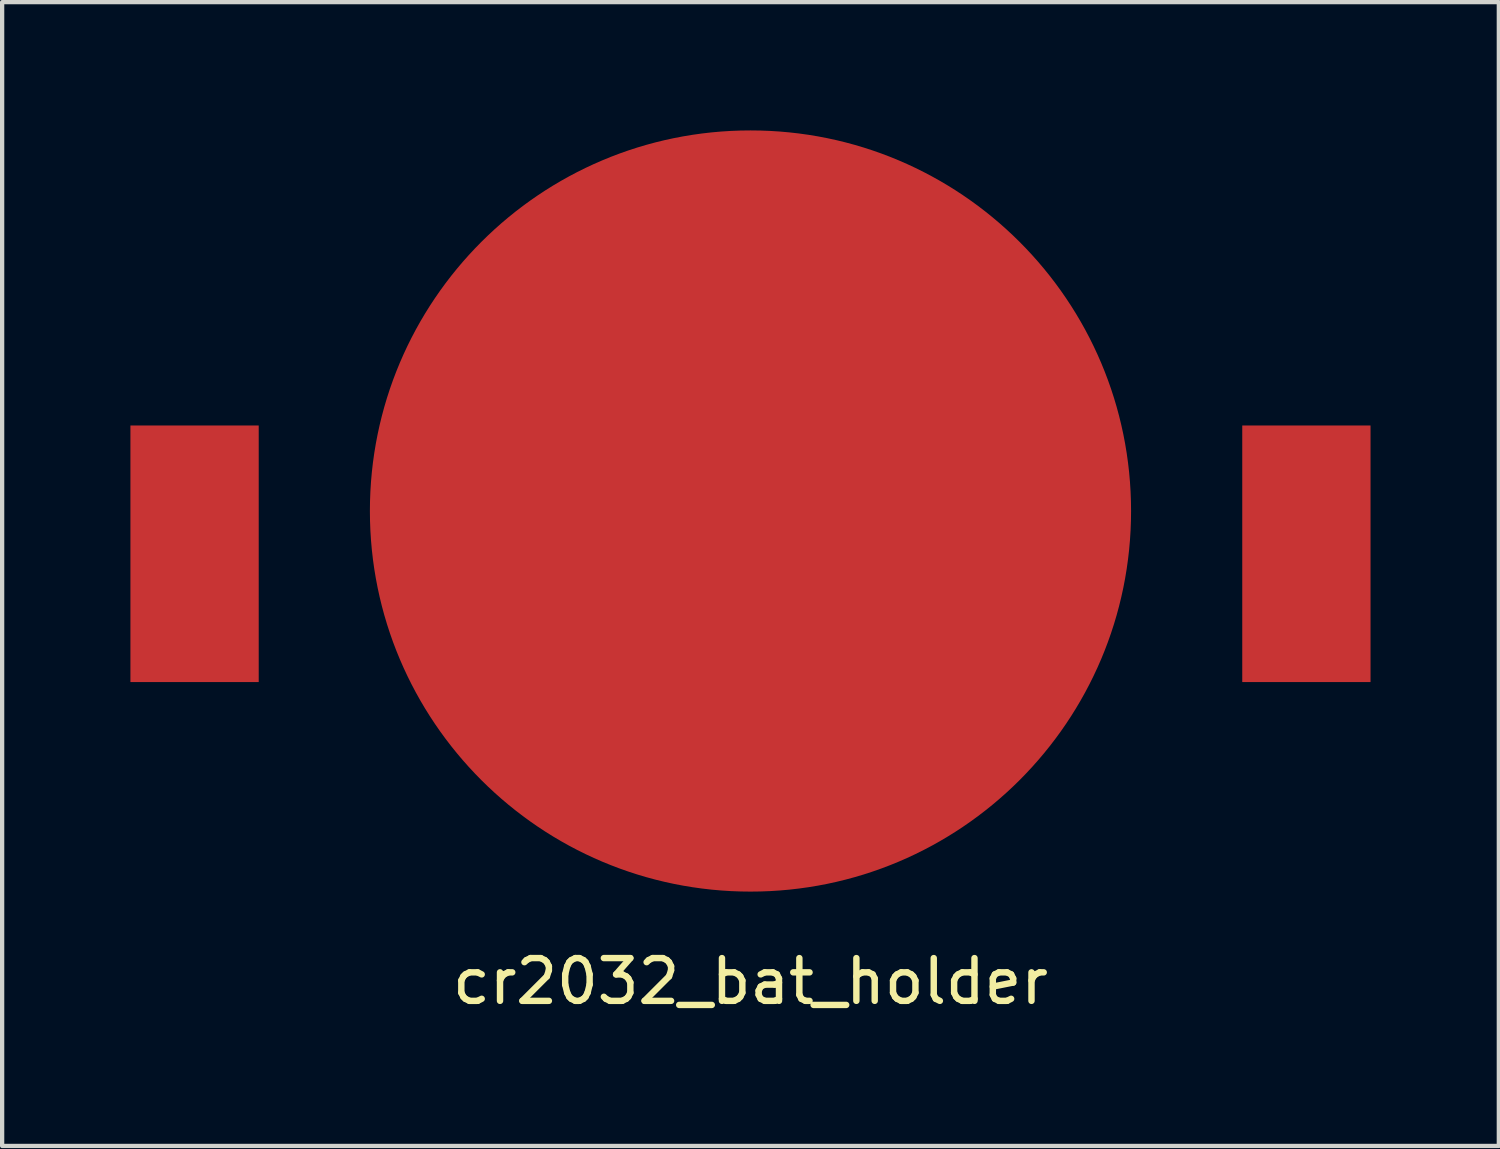
<source format=kicad_pcb>
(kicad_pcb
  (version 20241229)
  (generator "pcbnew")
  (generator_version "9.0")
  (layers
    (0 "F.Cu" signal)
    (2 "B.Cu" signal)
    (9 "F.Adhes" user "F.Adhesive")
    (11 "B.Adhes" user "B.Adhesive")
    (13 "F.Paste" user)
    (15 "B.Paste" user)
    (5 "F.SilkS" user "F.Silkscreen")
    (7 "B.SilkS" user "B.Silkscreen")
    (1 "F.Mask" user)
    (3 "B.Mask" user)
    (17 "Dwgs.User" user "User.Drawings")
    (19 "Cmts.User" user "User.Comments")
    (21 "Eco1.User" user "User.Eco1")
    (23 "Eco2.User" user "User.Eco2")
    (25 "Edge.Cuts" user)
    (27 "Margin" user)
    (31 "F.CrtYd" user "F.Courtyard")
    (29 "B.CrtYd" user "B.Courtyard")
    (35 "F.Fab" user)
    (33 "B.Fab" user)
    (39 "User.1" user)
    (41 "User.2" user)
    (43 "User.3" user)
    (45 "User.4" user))
  (footprint "cr2032_bat_holder"
    (layer "F.Cu")
    (at 14.5 8.9)
    (property "Reference" "cr2032_bat_holder" (at 0 11 0) (layer "F.SilkS") (effects (font (size 1 1) (thickness 0.15))))
    (attr through_hole)
    (pad "1" smd circle (at 0 0) (size 17.8 17.8) (layers "F.Cu" "F.Mask" "F.Paste"))
    (pad "2" smd rect (at -13 1) (size 3 6) (layers "F.Cu" "F.Mask" "F.Paste"))
    (pad "2" smd rect (at 13 1) (size 3 6) (layers "F.Cu" "F.Mask" "F.Paste")))
  (gr_rect
    (start -3 -3)
    (end 32 23.748)
    (stroke (width 0.1) (type default))
    (fill no)
    (layer "Edge.Cuts")))
</source>
